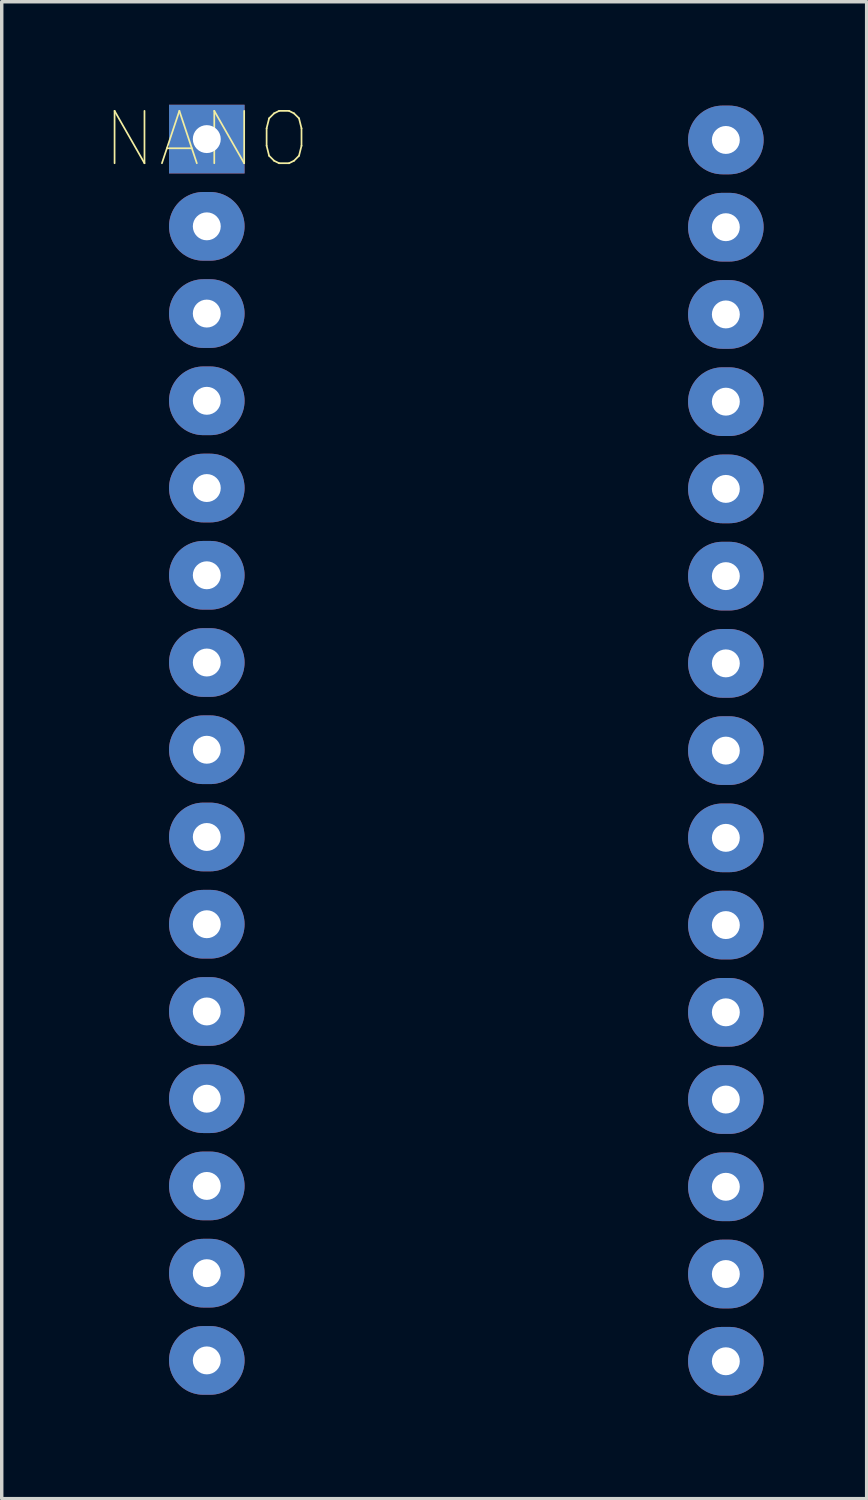
<source format=kicad_pcb>
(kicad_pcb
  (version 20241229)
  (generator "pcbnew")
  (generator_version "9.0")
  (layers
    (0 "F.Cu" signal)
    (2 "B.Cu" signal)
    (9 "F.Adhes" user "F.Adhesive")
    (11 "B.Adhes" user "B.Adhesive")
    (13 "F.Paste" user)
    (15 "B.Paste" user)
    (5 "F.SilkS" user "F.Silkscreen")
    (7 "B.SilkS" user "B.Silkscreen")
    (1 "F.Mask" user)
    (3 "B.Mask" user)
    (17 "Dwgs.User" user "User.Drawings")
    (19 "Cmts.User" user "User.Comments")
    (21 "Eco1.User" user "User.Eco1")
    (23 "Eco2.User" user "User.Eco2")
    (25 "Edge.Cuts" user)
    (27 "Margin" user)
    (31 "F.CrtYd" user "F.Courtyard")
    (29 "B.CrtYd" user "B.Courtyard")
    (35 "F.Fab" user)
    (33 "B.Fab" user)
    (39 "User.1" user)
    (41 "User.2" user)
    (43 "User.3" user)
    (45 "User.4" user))
  (footprint "NANO"
    (layer "F.Cu")
    (at 2.971 1)
    (property "Reference" "NANO" (at 0 0 0) (layer "F.SilkS") (effects (font (size 1.524 1.524) (thickness 0.05))))
    (attr smd)
    (pad "3v3" thru_hole oval (at 0 2.54) (size 2.2 2) (drill 0.813) (layers "*.Cu"))
    (pad "5v" thru_hole oval (at 0 27.94) (size 2.2 2) (drill 0.813) (layers "*.Cu"))
    (pad "a0" thru_hole oval (at 0 7.62) (size 2.2 2) (drill 0.813) (layers "*.Cu"))
    (pad "a1" thru_hole oval (at 0 10.16) (size 2.2 2) (drill 0.813) (layers "*.Cu"))
    (pad "a2" thru_hole oval (at 0 12.7) (size 2.2 2) (drill 0.813) (layers "*.Cu"))
    (pad "a3" thru_hole oval (at 0 15.24) (size 2.2 2) (drill 0.813) (layers "*.Cu"))
    (pad "a4" thru_hole oval (at 0 17.78) (size 2.2 2) (drill 0.813) (layers "*.Cu"))
    (pad "a5" thru_hole oval (at 0 20.32) (size 2.2 2) (drill 0.813) (layers "*.Cu"))
    (pad "a6" thru_hole oval (at 0 22.86) (size 2.2 2) (drill 0.813) (layers "*.Cu"))
    (pad "a7" thru_hole oval (at 0 25.4) (size 2.2 2) (drill 0.813) (layers "*.Cu"))
    (pad "d2" thru_hole oval (at 15.113 25.425) (size 2.2 2) (drill 0.813) (layers "*.Cu"))
    (pad "d3" thru_hole oval (at 15.113 22.885) (size 2.2 2) (drill 0.813) (layers "*.Cu"))
    (pad "d4" thru_hole oval (at 15.113 20.345) (size 2.2 2) (drill 0.813) (layers "*.Cu"))
    (pad "d5" thru_hole oval (at 15.113 17.805) (size 2.2 2) (drill 0.813) (layers "*.Cu"))
    (pad "d6" thru_hole oval (at 15.113 15.265) (size 2.2 2) (drill 0.813) (layers "*.Cu"))
    (pad "d7" thru_hole oval (at 15.113 12.725) (size 2.2 2) (drill 0.813) (layers "*.Cu"))
    (pad "d8" thru_hole oval (at 15.113 10.185) (size 2.2 2) (drill 0.813) (layers "*.Cu"))
    (pad "d9" thru_hole oval (at 15.113 7.645) (size 2.2 2) (drill 0.813) (layers "*.Cu"))
    (pad "d10" thru_hole oval (at 15.113 5.105) (size 2.2 2) (drill 0.813) (layers "*.Cu"))
    (pad "d11" thru_hole oval (at 15.113 2.565) (size 2.2 2) (drill 0.813) (layers "*.Cu"))
    (pad "d12" thru_hole oval (at 15.113 0.025) (size 2.2 2) (drill 0.813) (layers "*.Cu"))
    (pad "d13" thru_hole rect (at 0 0) (size 2.2 2) (drill 0.813) (layers "*.Cu"))
    (pad "gnd" thru_hole oval (at 0 33.02) (size 2.2 2) (drill 0.813) (layers "*.Cu"))
    (pad "gnd" thru_hole oval (at 15.113 27.965) (size 2.2 2) (drill 0.813) (layers "*.Cu"))
    (pad "ref" thru_hole oval (at 0 5.08) (size 2.2 2) (drill 0.813) (layers "*.Cu"))
    (pad "rst" thru_hole oval (at 0 30.48) (size 2.2 2) (drill 0.813) (layers "*.Cu"))
    (pad "rst" thru_hole oval (at 15.113 30.505) (size 2.2 2) (drill 0.813) (layers "*.Cu"))
    (pad "rxd" thru_hole oval (at 15.113 33.045) (size 2.2 2) (drill 0.813) (layers "*.Cu"))
    (pad "txd" thru_hole oval (at 15.113 35.585) (size 2.2 2) (drill 0.813) (layers "*.Cu"))
    (pad "vin" thru_hole oval (at 0 35.56) (size 2.2 2) (drill 0.813) (layers "*.Cu")))
  (gr_rect
    (start -3 -3)
    (end 22.184 40.585)
    (stroke (width 0.1) (type default))
    (fill no)
    (layer "Edge.Cuts")))
</source>
